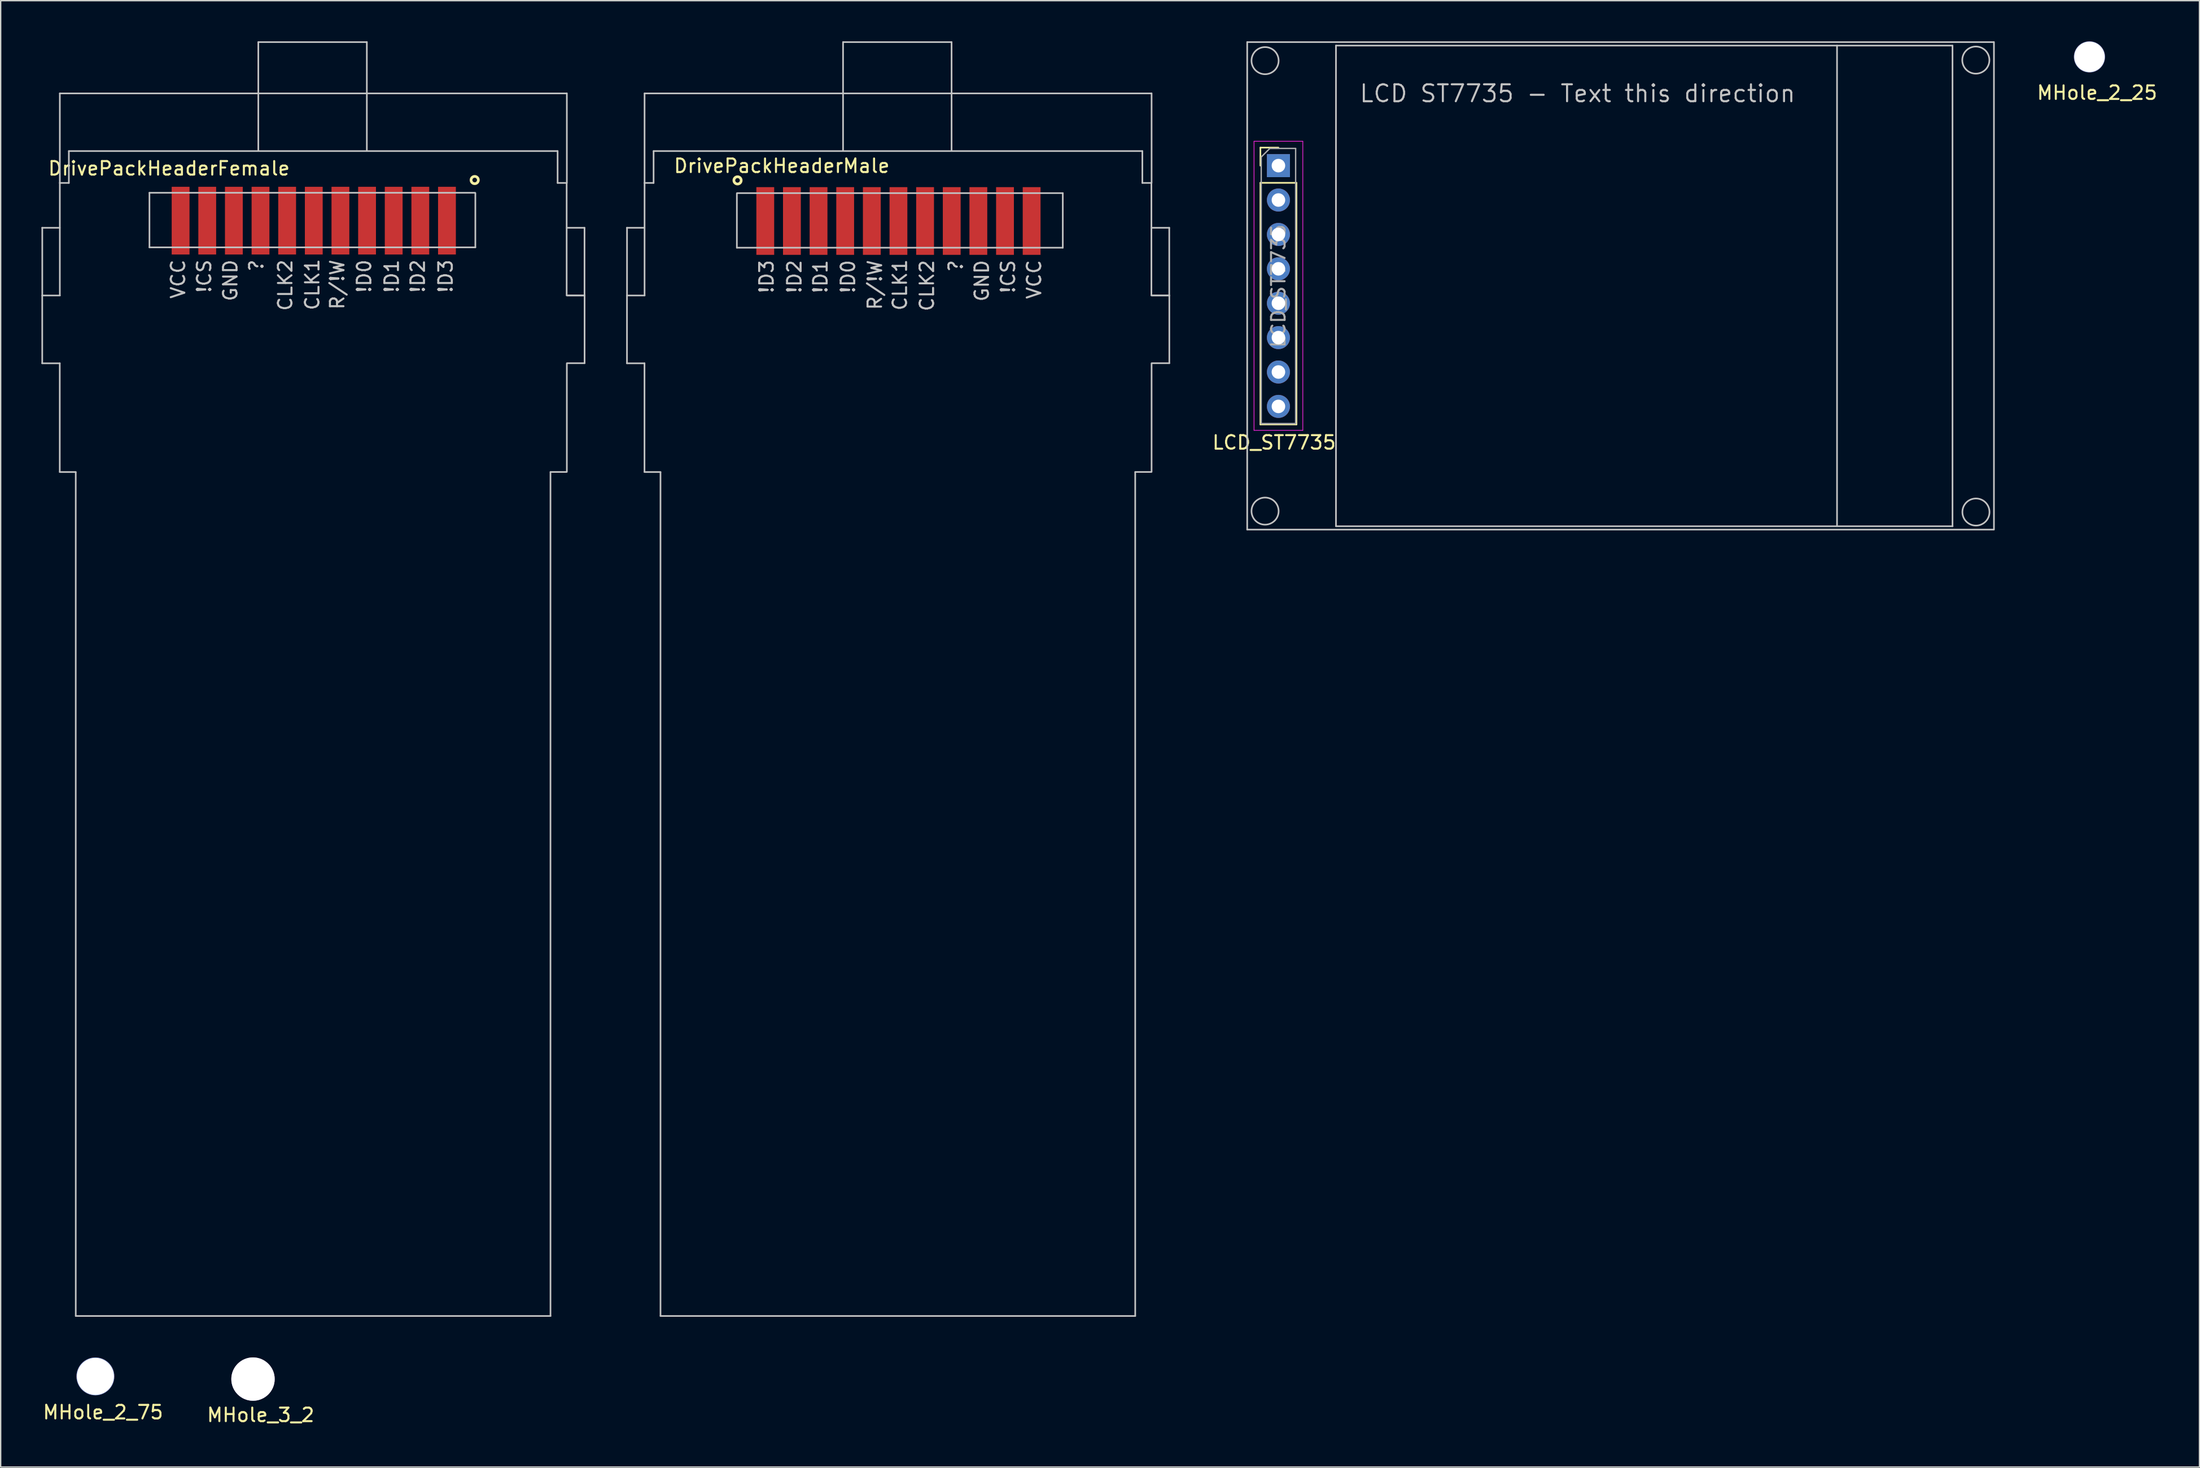
<source format=kicad_pcb>
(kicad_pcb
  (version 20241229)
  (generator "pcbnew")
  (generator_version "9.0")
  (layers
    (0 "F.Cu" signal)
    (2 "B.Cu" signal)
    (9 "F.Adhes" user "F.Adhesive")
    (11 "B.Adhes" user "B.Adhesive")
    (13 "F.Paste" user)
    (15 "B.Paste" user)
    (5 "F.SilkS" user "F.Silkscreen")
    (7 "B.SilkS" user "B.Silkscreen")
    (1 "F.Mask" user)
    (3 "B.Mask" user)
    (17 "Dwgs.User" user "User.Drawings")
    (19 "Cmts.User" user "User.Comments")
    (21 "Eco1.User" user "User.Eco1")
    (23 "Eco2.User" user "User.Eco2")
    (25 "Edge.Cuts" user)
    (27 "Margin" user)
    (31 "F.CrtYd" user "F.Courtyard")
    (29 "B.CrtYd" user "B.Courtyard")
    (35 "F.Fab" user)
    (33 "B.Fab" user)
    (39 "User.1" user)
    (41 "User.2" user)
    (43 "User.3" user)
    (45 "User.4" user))
  (footprint "LCD_ST7735"
    (layer "F.Cu")
    (at 91.296 9.181)
    (property "Reference" "LCD_ST7735" (at -0.318 20.447 0) (layer "F.SilkS") (effects (font (size 1 1) (thickness 0.15))))
    (attr through_hole)
    (fp_line (start -1.33 -1.33) (end 0 -1.33) (stroke (width 0.12) (type solid)) (layer "F.SilkS"))
    (fp_line (start -1.33 0) (end -1.33 -1.33) (stroke (width 0.12) (type solid)) (layer "F.SilkS"))
    (fp_line (start -1.33 1.27) (end -1.33 19.11) (stroke (width 0.12) (type solid)) (layer "F.SilkS"))
    (fp_line (start -1.33 1.27) (end 1.33 1.27) (stroke (width 0.12) (type solid)) (layer "F.SilkS"))
    (fp_line (start -1.33 19.11) (end 1.33 19.11) (stroke (width 0.12) (type solid)) (layer "F.SilkS"))
    (fp_line (start 1.33 1.27) (end 1.33 19.11) (stroke (width 0.12) (type solid)) (layer "F.SilkS"))
    (fp_line (start -2.304 -9.121) (end -2.304 26.878) (stroke (width 0.12) (type solid)) (layer "Dwgs.User"))
    (fp_line (start -2.304 26.878) (end 52.791 26.878) (stroke (width 0.12) (type solid)) (layer "Dwgs.User"))
    (fp_line (start -2.301 -9.121) (end 52.794 -9.121) (stroke (width 0.12) (type solid)) (layer "Dwgs.User"))
    (fp_line (start 4.247 -8.867) (end 4.247 26.627) (stroke (width 0.12) (type solid)) (layer "Dwgs.User"))
    (fp_line (start 4.247 -8.867) (end 49.746 -8.867) (stroke (width 0.12) (type solid)) (layer "Dwgs.User"))
    (fp_line (start 4.247 26.629) (end 49.756 26.629) (stroke (width 0.12) (type solid)) (layer "Dwgs.User"))
    (fp_line (start 41.224 -8.867) (end 41.224 26.627) (stroke (width 0.12) (type solid)) (layer "Dwgs.User"))
    (fp_line (start 49.746 -8.862) (end 49.746 26.632) (stroke (width 0.12) (type solid)) (layer "Dwgs.User"))
    (fp_line (start 52.804 -9.119) (end 52.804 26.876) (stroke (width 0.12) (type solid)) (layer "Dwgs.User"))
    (fp_circle (center -0.986 -7.752) (end 0.015 -7.757) (stroke (width 0.12) (type solid)) (fill no) (layer "Dwgs.User"))
    (fp_circle (center -0.986 25.512) (end 0.015 25.507) (stroke (width 0.12) (type solid)) (fill no) (layer "Dwgs.User"))
    (fp_circle (center 51.468 -7.793) (end 52.469 -7.798) (stroke (width 0.12) (type solid)) (fill no) (layer "Dwgs.User"))
    (fp_circle (center 51.476 25.58) (end 52.476 25.575) (stroke (width 0.12) (type solid)) (fill no) (layer "Dwgs.User"))
    (fp_line (start -1.8 -1.8) (end -1.8 19.55) (stroke (width 0.05) (type solid)) (layer "F.CrtYd"))
    (fp_line (start -1.8 19.55) (end 1.8 19.55) (stroke (width 0.05) (type solid)) (layer "F.CrtYd"))
    (fp_line (start 1.8 -1.8) (end -1.8 -1.8) (stroke (width 0.05) (type solid)) (layer "F.CrtYd"))
    (fp_line (start 1.8 19.55) (end 1.8 -1.8) (stroke (width 0.05) (type solid)) (layer "F.CrtYd"))
    (fp_line (start -1.27 -0.635) (end -0.635 -1.27) (stroke (width 0.1) (type solid)) (layer "F.Fab"))
    (fp_line (start -1.27 19.05) (end -1.27 -0.635) (stroke (width 0.1) (type solid)) (layer "F.Fab"))
    (fp_line (start -0.635 -1.27) (end 1.27 -1.27) (stroke (width 0.1) (type solid)) (layer "F.Fab"))
    (fp_line (start 1.27 -1.27) (end 1.27 19.05) (stroke (width 0.1) (type solid)) (layer "F.Fab"))
    (fp_line (start 1.27 19.05) (end -1.27 19.05) (stroke (width 0.1) (type solid)) (layer "F.Fab"))
    (fp_text user "LCD ST7735 - Text this direction" (at 22.075 -5.326 0) (layer "Dwgs.User") (effects (font (size 1.25 1.25) (thickness 0.15))))
    (fp_text user "${REFERENCE}" (at 0 8.89 90) (layer "F.Fab") (effects (font (size 1 1) (thickness 0.15))))
    (pad "1" thru_hole rect (at 0 0) (size 1.7 1.7) (drill 1) (layers "*.Cu" "*.Mask"))
    (pad "2" thru_hole oval (at 0 2.54) (size 1.7 1.7) (drill 1) (layers "*.Cu" "*.Mask"))
    (pad "3" thru_hole oval (at 0 5.08) (size 1.7 1.7) (drill 1) (layers "*.Cu" "*.Mask"))
    (pad "4" thru_hole oval (at 0 7.62) (size 1.7 1.7) (drill 1) (layers "*.Cu" "*.Mask"))
    (pad "5" thru_hole oval (at 0 10.16) (size 1.7 1.7) (drill 1) (layers "*.Cu" "*.Mask"))
    (pad "6" thru_hole oval (at 0 12.7) (size 1.7 1.7) (drill 1) (layers "*.Cu" "*.Mask"))
    (pad "7" thru_hole oval (at 0 15.24) (size 1.7 1.7) (drill 1) (layers "*.Cu" "*.Mask"))
    (pad "8" thru_hole oval (at 0 17.78) (size 1.7 1.7) (drill 1) (layers "*.Cu" "*.Mask")))
  (footprint "DrivePackHeaderFemale"
    (layer "F.Cu")
    (at 20.062 13.255)
    (property "Reference" "DrivePackHeaderFemale" (at -10.638 -3.866 0) (layer "F.SilkS") (effects (font (size 1 1) (thickness 0.15))))
    (attr through_hole)
    (fp_circle (center 11.92 -3.01) (end 11.651 -3.01) (stroke (width 0.2) (type solid)) (fill no) (layer "F.SilkS"))
    (fp_line (start -19.995 5.519) (end -19.995 10.518) (stroke (width 0.12) (type solid)) (layer "Dwgs.User"))
    (fp_line (start -19.992 0.516) (end -19.992 5.514) (stroke (width 0.12) (type solid)) (layer "Dwgs.User"))
    (fp_line (start -18.702 18.55) (end -18.702 10.523) (stroke (width 0.12) (type solid)) (layer "Dwgs.User"))
    (fp_line (start -18.699 0.516) (end -20.003 0.516) (stroke (width 0.12) (type solid)) (layer "Dwgs.User"))
    (fp_line (start -18.699 10.523) (end -20.003 10.523) (stroke (width 0.12) (type solid)) (layer "Dwgs.User"))
    (fp_line (start -18.697 -9.408) (end 18.712 -9.408) (stroke (width 0.12) (type solid)) (layer "Dwgs.User"))
    (fp_line (start -18.697 -2.797) (end -18.034 -2.797) (stroke (width 0.12) (type solid)) (layer "Dwgs.User"))
    (fp_line (start -18.697 -2.794) (end -18.697 -9.408) (stroke (width 0.12) (type solid)) (layer "Dwgs.User"))
    (fp_line (start -18.697 -2.789) (end -18.697 5.514) (stroke (width 0.12) (type solid)) (layer "Dwgs.User"))
    (fp_line (start -18.692 5.517) (end -19.995 5.517) (stroke (width 0.12) (type solid)) (layer "Dwgs.User"))
    (fp_line (start -18.031 -5.146) (end -18.031 -2.794) (stroke (width 0.12) (type solid)) (layer "Dwgs.User"))
    (fp_line (start -18.029 -5.149) (end 18.037 -5.149) (stroke (width 0.12) (type solid)) (layer "Dwgs.User"))
    (fp_line (start -17.521 18.552) (end -18.699 18.552) (stroke (width 0.12) (type solid)) (layer "Dwgs.User"))
    (fp_line (start -17.521 80.874) (end -17.522 18.565) (stroke (width 0.12) (type solid)) (layer "Dwgs.User"))
    (fp_line (start -17.521 80.874) (end 17.513 80.874) (stroke (width 0.12) (type solid)) (layer "Dwgs.User"))
    (fp_line (start -12.083 -2.07) (end -12.083 1.961) (stroke (width 0.12) (type solid)) (layer "Dwgs.User"))
    (fp_line (start -12.083 1.961) (end 11.968 1.961) (stroke (width 0.12) (type solid)) (layer "Dwgs.User"))
    (fp_line (start -4.049 -5.189) (end -4.049 -13.195) (stroke (width 0.12) (type solid)) (layer "Dwgs.User"))
    (fp_line (start -4.046 -13.195) (end 3.96 -13.195) (stroke (width 0.12) (type solid)) (layer "Dwgs.User"))
    (fp_line (start 3.96 -5.189) (end 3.96 -13.195) (stroke (width 0.12) (type solid)) (layer "Dwgs.User"))
    (fp_line (start 11.951 -2.07) (end -12.083 -2.07) (stroke (width 0.12) (type solid)) (layer "Dwgs.User"))
    (fp_line (start 11.968 1.961) (end 11.968 -2.05) (stroke (width 0.12) (type solid)) (layer "Dwgs.User"))
    (fp_line (start 17.513 80.874) (end 17.512 18.565) (stroke (width 0.12) (type solid)) (layer "Dwgs.User"))
    (fp_line (start 18.039 -5.149) (end 18.039 -2.797) (stroke (width 0.12) (type solid)) (layer "Dwgs.User"))
    (fp_line (start 18.039 -2.797) (end 18.702 -2.797) (stroke (width 0.12) (type solid)) (layer "Dwgs.User"))
    (fp_line (start 18.692 18.547) (end 17.513 18.547) (stroke (width 0.12) (type solid)) (layer "Dwgs.User"))
    (fp_line (start 18.707 -2.797) (end 18.707 5.504) (stroke (width 0.12) (type solid)) (layer "Dwgs.User"))
    (fp_line (start 18.72 -2.797) (end 18.72 -9.411) (stroke (width 0.12) (type solid)) (layer "Dwgs.User"))
    (fp_line (start 18.72 0.516) (end 20.023 0.516) (stroke (width 0.12) (type solid)) (layer "Dwgs.User"))
    (fp_line (start 18.72 10.549) (end 18.72 18.537) (stroke (width 0.12) (type solid)) (layer "Dwgs.User"))
    (fp_line (start 18.725 5.517) (end 20.028 5.517) (stroke (width 0.12) (type solid)) (layer "Dwgs.User"))
    (fp_line (start 20.023 5.514) (end 18.72 5.514) (stroke (width 0.12) (type solid)) (layer "Dwgs.User"))
    (fp_line (start 20.025 0.516) (end 20.025 5.514) (stroke (width 0.12) (type solid)) (layer "Dwgs.User"))
    (fp_line (start 20.028 10.516) (end 18.725 10.516) (stroke (width 0.12) (type solid)) (layer "Dwgs.User"))
    (fp_line (start 20.03 5.517) (end 20.03 10.516) (stroke (width 0.12) (type solid)) (layer "Dwgs.User"))
    (fp_text user "!D3" (at 9.776 4.093 90) (layer "Dwgs.User") (effects (font (size 1 1) (thickness 0.15))))
    (fp_text user "!D1" (at 5.799 4.093 90) (layer "Dwgs.User") (effects (font (size 1 1) (thickness 0.15))))
    (fp_text user "CLK1" (at -0.064 4.709 90) (layer "Dwgs.User") (effects (font (size 1 1) (thickness 0.15))))
    (fp_text user "!D0" (at 3.764 4.093 90) (layer "Dwgs.User") (effects (font (size 1 1) (thickness 0.15))))
    (fp_text user "R/!W" (at 1.781 4.712 90) (layer "Dwgs.User") (effects (font (size 1 1) (thickness 0.15))))
    (fp_text user "!D2" (at 7.722 4.093 90) (layer "Dwgs.User") (effects (font (size 1 1) (thickness 0.15))))
    (fp_text user "GND" (at -6.111 4.403 90) (layer "Dwgs.User") (effects (font (size 1 1) (thickness 0.15))))
    (fp_text user "CLK2" (at -2.057 4.76 90) (layer "Dwgs.User") (effects (font (size 1 1) (thickness 0.15))))
    (fp_text user "!CS" (at -8.044 4.093 90) (layer "Dwgs.User") (effects (font (size 1 1) (thickness 0.15))))
    (fp_text user "VCC" (at -9.967 4.308 90) (layer "Dwgs.User") (effects (font (size 1 1) (thickness 0.15))))
    (fp_text user "?" (at -4.188 3.308 90) (layer "Dwgs.User") (effects (font (size 1 1) (thickness 0.15))))
    (pad "1" smd rect (at 9.873 -0.011) (size 1.315 5) (layers "F.Cu" "F.Mask" "F.Paste"))
    (pad "2" smd rect (at 7.907 -0.011) (size 1.315 5) (layers "F.Cu" "F.Mask" "F.Paste"))
    (pad "3" smd rect (at 5.942 -0.011) (size 1.315 5) (layers "F.Cu" "F.Mask" "F.Paste"))
    (pad "4" smd rect (at 3.976 -0.011) (size 1.315 5) (layers "F.Cu" "F.Mask" "F.Paste"))
    (pad "5" smd rect (at 2.01 -0.011) (size 1.315 5) (layers "F.Cu" "F.Mask" "F.Paste"))
    (pad "6" smd rect (at 0.044 -0.011) (size 1.315 5) (layers "F.Cu" "F.Mask" "F.Paste"))
    (pad "7" smd rect (at -1.921 -0.011) (size 1.315 5) (layers "F.Cu" "F.Mask" "F.Paste"))
    (pad "8" smd rect (at -3.887 -0.011) (size 1.315 5) (layers "F.Cu" "F.Mask" "F.Paste"))
    (pad "9" smd rect (at -5.853 -0.011) (size 1.315 5) (layers "F.Cu" "F.Mask" "F.Paste"))
    (pad "10" smd rect (at -7.818 -0.011) (size 1.315 5) (layers "F.Cu" "F.Mask" "F.Paste"))
    (pad "11" smd rect (at -9.784 -0.011) (size 1.315 5) (layers "F.Cu" "F.Mask" "F.Paste")))
  (footprint "MHole_2_25"
    (layer "F.Cu")
    (at 151.15 1.15)
    (property "Reference" "MHole_2_25" (at 0.564 2.649 0) (layer "F.SilkS") (effects (font (size 1 1) (thickness 0.15))))
    (attr through_hole)
    (pad "" np_thru_hole circle (at 0 0) (size 2.3 2.3) (drill 2.25) (layers "*.Cu" "*.Mask")))
  (footprint "MHole_2_75"
    (layer "F.Cu")
    (at 3.99 98.589)
    (property "Reference" "MHole_2_75" (at 0.564 2.649 0) (layer "F.SilkS") (effects (font (size 1 1) (thickness 0.15))))
    (attr through_hole)
    (pad "" np_thru_hole circle (at 0 0) (size 2.8 2.8) (drill 2.74) (layers "*.Cu" "*.Mask")))
  (footprint "MHole_3_2"
    (layer "F.Cu")
    (at 15.621 98.789)
    (property "Reference" "MHole_3_2" (at 0.564 2.649 0) (layer "F.SilkS") (effects (font (size 1 1) (thickness 0.15))))
    (attr through_hole)
    (pad "1" thru_hole circle (at 0 0) (size 3.2 3.2) (drill 3.2) (layers "*.Cu" "*.Mask")))
  (footprint "DrivePackHeaderMale"
    (layer "F.Cu")
    (at 63.215 13.255)
    (property "Reference" "DrivePackHeaderMale" (at -8.57 -4.056 0) (layer "F.SilkS") (effects (font (size 1 1) (thickness 0.15))))
    (attr through_hole)
    (fp_circle (center -11.836 -2.985) (end -11.567 -2.985) (stroke (width 0.2) (type solid)) (fill no) (layer "F.SilkS"))
    (fp_line (start -19.995 5.519) (end -19.995 10.518) (stroke (width 0.12) (type solid)) (layer "Dwgs.User"))
    (fp_line (start -19.992 0.516) (end -19.992 5.514) (stroke (width 0.12) (type solid)) (layer "Dwgs.User"))
    (fp_line (start -18.702 18.55) (end -18.702 10.523) (stroke (width 0.12) (type solid)) (layer "Dwgs.User"))
    (fp_line (start -18.699 0.516) (end -20.003 0.516) (stroke (width 0.12) (type solid)) (layer "Dwgs.User"))
    (fp_line (start -18.699 10.523) (end -20.003 10.523) (stroke (width 0.12) (type solid)) (layer "Dwgs.User"))
    (fp_line (start -18.697 -9.408) (end 18.712 -9.408) (stroke (width 0.12) (type solid)) (layer "Dwgs.User"))
    (fp_line (start -18.697 -2.797) (end -18.034 -2.797) (stroke (width 0.12) (type solid)) (layer "Dwgs.User"))
    (fp_line (start -18.697 -2.794) (end -18.697 -9.408) (stroke (width 0.12) (type solid)) (layer "Dwgs.User"))
    (fp_line (start -18.697 -2.789) (end -18.697 5.514) (stroke (width 0.12) (type solid)) (layer "Dwgs.User"))
    (fp_line (start -18.692 5.517) (end -19.995 5.517) (stroke (width 0.12) (type solid)) (layer "Dwgs.User"))
    (fp_line (start -18.031 -5.146) (end -18.031 -2.794) (stroke (width 0.12) (type solid)) (layer "Dwgs.User"))
    (fp_line (start -18.029 -5.149) (end 18.037 -5.149) (stroke (width 0.12) (type solid)) (layer "Dwgs.User"))
    (fp_line (start -17.521 18.552) (end -18.699 18.552) (stroke (width 0.12) (type solid)) (layer "Dwgs.User"))
    (fp_line (start -17.521 80.874) (end -17.522 18.565) (stroke (width 0.12) (type solid)) (layer "Dwgs.User"))
    (fp_line (start -17.521 80.874) (end 17.513 80.874) (stroke (width 0.12) (type solid)) (layer "Dwgs.User"))
    (fp_line (start -11.885 1.986) (end -11.885 -2.024) (stroke (width 0.12) (type solid)) (layer "Dwgs.User"))
    (fp_line (start -11.867 -2.045) (end 12.167 -2.045) (stroke (width 0.12) (type solid)) (layer "Dwgs.User"))
    (fp_line (start -4.049 -5.189) (end -4.049 -13.195) (stroke (width 0.12) (type solid)) (layer "Dwgs.User"))
    (fp_line (start -4.046 -13.195) (end 3.96 -13.195) (stroke (width 0.12) (type solid)) (layer "Dwgs.User"))
    (fp_line (start 3.96 -5.189) (end 3.96 -13.195) (stroke (width 0.12) (type solid)) (layer "Dwgs.User"))
    (fp_line (start 12.167 -2.045) (end 12.167 1.986) (stroke (width 0.12) (type solid)) (layer "Dwgs.User"))
    (fp_line (start 12.167 1.986) (end -11.885 1.986) (stroke (width 0.12) (type solid)) (layer "Dwgs.User"))
    (fp_line (start 17.513 80.874) (end 17.512 18.565) (stroke (width 0.12) (type solid)) (layer "Dwgs.User"))
    (fp_line (start 18.039 -5.149) (end 18.039 -2.797) (stroke (width 0.12) (type solid)) (layer "Dwgs.User"))
    (fp_line (start 18.039 -2.797) (end 18.702 -2.797) (stroke (width 0.12) (type solid)) (layer "Dwgs.User"))
    (fp_line (start 18.692 18.547) (end 17.513 18.547) (stroke (width 0.12) (type solid)) (layer "Dwgs.User"))
    (fp_line (start 18.707 -2.797) (end 18.707 5.504) (stroke (width 0.12) (type solid)) (layer "Dwgs.User"))
    (fp_line (start 18.72 -2.797) (end 18.72 -9.411) (stroke (width 0.12) (type solid)) (layer "Dwgs.User"))
    (fp_line (start 18.72 0.516) (end 20.023 0.516) (stroke (width 0.12) (type solid)) (layer "Dwgs.User"))
    (fp_line (start 18.72 10.549) (end 18.72 18.537) (stroke (width 0.12) (type solid)) (layer "Dwgs.User"))
    (fp_line (start 18.725 5.517) (end 20.028 5.517) (stroke (width 0.12) (type solid)) (layer "Dwgs.User"))
    (fp_line (start 20.023 5.514) (end 18.72 5.514) (stroke (width 0.12) (type solid)) (layer "Dwgs.User"))
    (fp_line (start 20.025 0.516) (end 20.025 5.514) (stroke (width 0.12) (type solid)) (layer "Dwgs.User"))
    (fp_line (start 20.028 10.516) (end 18.725 10.516) (stroke (width 0.12) (type solid)) (layer "Dwgs.User"))
    (fp_line (start 20.03 5.517) (end 20.03 10.516) (stroke (width 0.12) (type solid)) (layer "Dwgs.User"))
    (fp_text user "!CS" (at 8.128 4.119 90) (layer "Dwgs.User") (effects (font (size 1 1) (thickness 0.15))))
    (fp_text user "!D1" (at -5.715 4.119 90) (layer "Dwgs.User") (effects (font (size 1 1) (thickness 0.15))))
    (fp_text user "!D3" (at -9.693 4.119 90) (layer "Dwgs.User") (effects (font (size 1 1) (thickness 0.15))))
    (fp_text user "VCC" (at 10.051 4.333 90) (layer "Dwgs.User") (effects (font (size 1 1) (thickness 0.15))))
    (fp_text user "GND" (at 6.195 4.428 90) (layer "Dwgs.User") (effects (font (size 1 1) (thickness 0.15))))
    (fp_text user "R/!W" (at -1.697 4.738 90) (layer "Dwgs.User") (effects (font (size 1 1) (thickness 0.15))))
    (fp_text user "CLK2" (at 2.141 4.785 90) (layer "Dwgs.User") (effects (font (size 1 1) (thickness 0.15))))
    (fp_text user "CLK1" (at 0.147 4.735 90) (layer "Dwgs.User") (effects (font (size 1 1) (thickness 0.15))))
    (fp_text user "?" (at 4.272 3.333 90) (layer "Dwgs.User") (effects (font (size 1 1) (thickness 0.15))))
    (fp_text user "!D2" (at -7.638 4.119 90) (layer "Dwgs.User") (effects (font (size 1 1) (thickness 0.15))))
    (fp_text user "!D0" (at -3.68 4.119 90) (layer "Dwgs.User") (effects (font (size 1 1) (thickness 0.15))))
    (pad "1" smd rect (at -9.789 0.014) (size 1.315 5) (layers "F.Cu" "F.Mask" "F.Paste"))
    (pad "2" smd rect (at -7.823 0.014) (size 1.315 5) (layers "F.Cu" "F.Mask" "F.Paste"))
    (pad "3" smd rect (at -5.858 0.014) (size 1.315 5) (layers "F.Cu" "F.Mask" "F.Paste"))
    (pad "4" smd rect (at -3.892 0.014) (size 1.315 5) (layers "F.Cu" "F.Mask" "F.Paste"))
    (pad "5" smd rect (at -1.926 0.014) (size 1.315 5) (layers "F.Cu" "F.Mask" "F.Paste"))
    (pad "6" smd rect (at 0.039 0.014) (size 1.315 5) (layers "F.Cu" "F.Mask" "F.Paste"))
    (pad "7" smd rect (at 2.005 0.014) (size 1.315 5) (layers "F.Cu" "F.Mask" "F.Paste"))
    (pad "8" smd rect (at 3.971 0.014) (size 1.315 5) (layers "F.Cu" "F.Mask" "F.Paste"))
    (pad "9" smd rect (at 5.936 0.014) (size 1.315 5) (layers "F.Cu" "F.Mask" "F.Paste"))
    (pad "10" smd rect (at 7.902 0.014) (size 1.315 5) (layers "F.Cu" "F.Mask" "F.Paste"))
    (pad "11" smd rect (at 9.868 0.014) (size 1.315 5) (layers "F.Cu" "F.Mask" "F.Paste")))
  (gr_rect
    (start -3 -3)
    (end 159.267 105.286)
    (stroke (width 0.1) (type default))
    (fill no)
    (layer "Edge.Cuts")))
</source>
